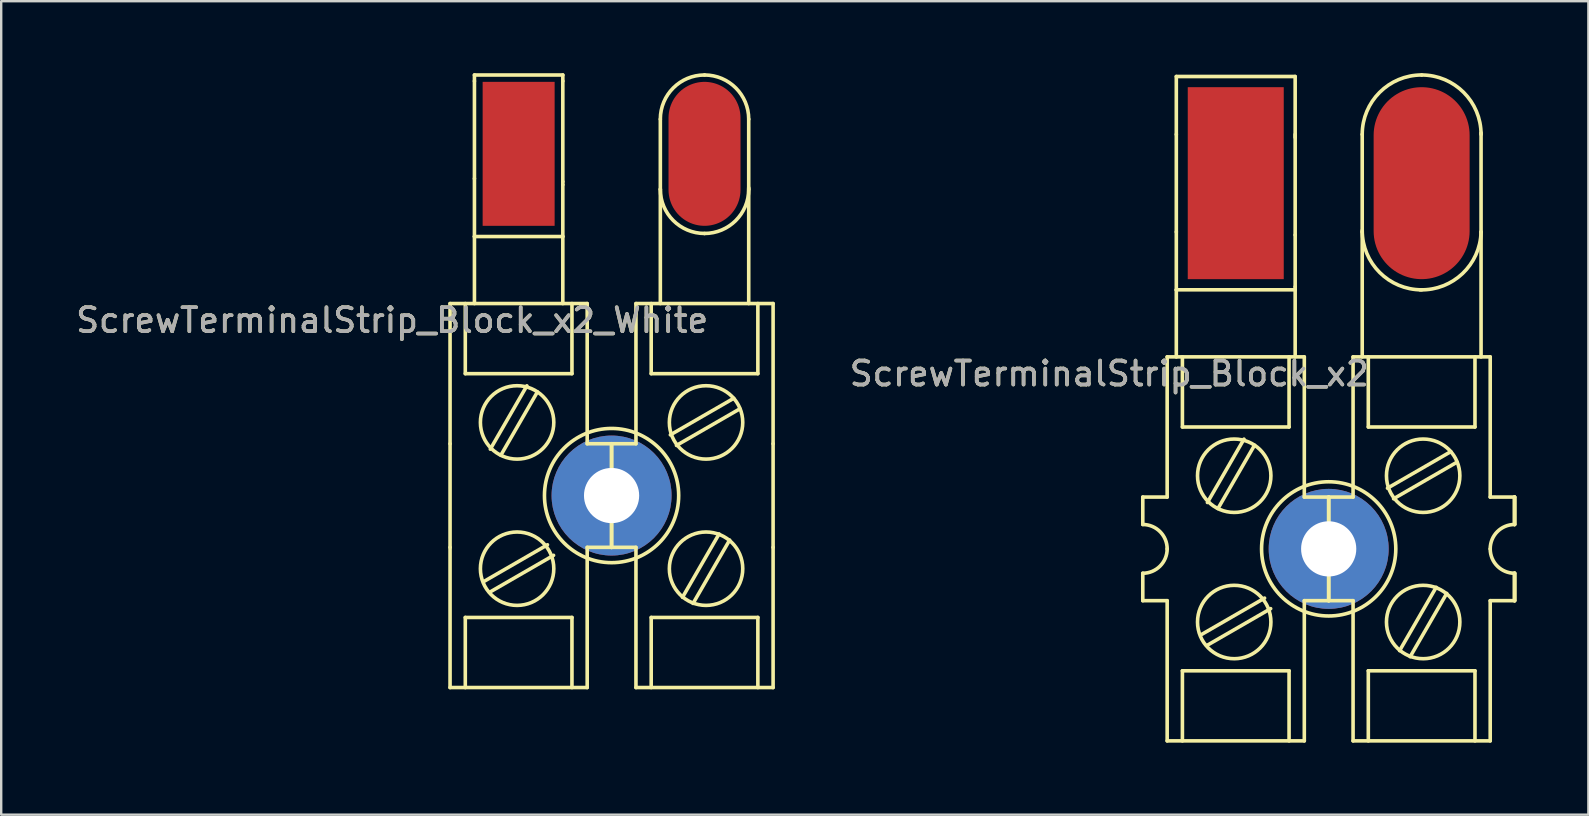
<source format=kicad_pcb>
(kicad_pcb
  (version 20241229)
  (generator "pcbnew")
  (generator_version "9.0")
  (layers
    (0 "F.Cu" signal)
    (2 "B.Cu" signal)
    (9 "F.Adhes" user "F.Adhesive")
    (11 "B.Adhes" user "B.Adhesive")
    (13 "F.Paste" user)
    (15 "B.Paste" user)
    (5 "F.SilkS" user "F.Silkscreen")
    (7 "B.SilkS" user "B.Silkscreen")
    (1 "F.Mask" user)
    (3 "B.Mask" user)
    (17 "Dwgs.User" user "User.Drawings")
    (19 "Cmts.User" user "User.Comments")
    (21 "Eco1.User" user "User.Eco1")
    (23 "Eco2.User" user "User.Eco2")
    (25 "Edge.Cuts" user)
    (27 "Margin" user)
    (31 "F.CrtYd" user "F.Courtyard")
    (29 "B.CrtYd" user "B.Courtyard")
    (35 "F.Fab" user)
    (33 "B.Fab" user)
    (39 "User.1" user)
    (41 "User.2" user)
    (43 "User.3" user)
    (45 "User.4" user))
  (footprint "ScrewTerminalStrip_Block_x2_White"
    (layer "F.Cu")
    (at 22.436 17.601)
    (property "Reference" "ScrewTerminalStrip_Block_x2_White" (at -9.144 -7.303 180) (layer "F.SilkS") (effects (font (size 1 1) (thickness 0.15))))
    (attr through_hole)
    (fp_line (start -6.731 -8.001) (end -1.016 -8.001) (stroke (width 0.15) (type solid)) (layer "F.SilkS"))
    (fp_line (start -6.731 -2.159) (end -6.731 -8.001) (stroke (width 0.15) (type solid)) (layer "F.SilkS"))
    (fp_line (start -6.731 -2.159) (end -6.731 2.159) (stroke (width 0.15) (type solid)) (layer "F.SilkS"))
    (fp_line (start -6.731 2.159) (end -6.731 8.001) (stroke (width 0.15) (type solid)) (layer "F.SilkS"))
    (fp_line (start -6.731 8.001) (end -1.016 8.001) (stroke (width 0.15) (type solid)) (layer "F.SilkS"))
    (fp_line (start -6.096 -8.001) (end -6.096 -5.08) (stroke (width 0.15) (type solid)) (layer "F.SilkS"))
    (fp_line (start -6.096 -5.08) (end -1.651 -5.08) (stroke (width 0.15) (type solid)) (layer "F.SilkS"))
    (fp_line (start -6.096 5.08) (end -6.096 8.001) (stroke (width 0.15) (type solid)) (layer "F.SilkS"))
    (fp_line (start -5.715 -17.526) (end -2.032 -17.526) (stroke (width 0.15) (type solid)) (layer "F.SilkS"))
    (fp_line (start -5.715 -17.272) (end -5.715 -17.526) (stroke (width 0.15) (type solid)) (layer "F.SilkS"))
    (fp_line (start -5.715 -17.272) (end -5.715 -13.208) (stroke (width 0.15) (type solid)) (layer "F.SilkS"))
    (fp_line (start -5.715 -10.795) (end -5.715 -13.208) (stroke (width 0.15) (type solid)) (layer "F.SilkS"))
    (fp_line (start -5.715 -10.795) (end -5.715 -8.001) (stroke (width 0.15) (type solid)) (layer "F.SilkS"))
    (fp_line (start -5.715 -10.795) (end -2.032 -10.795) (stroke (width 0.15) (type solid)) (layer "F.SilkS"))
    (fp_line (start -5.312 3.575) (end -2.672 2.051) (stroke (width 0.15) (type solid)) (layer "F.SilkS"))
    (fp_line (start -5.058 4.015) (end -2.418 2.491) (stroke (width 0.15) (type solid)) (layer "F.SilkS"))
    (fp_line (start -5.054 -1.933) (end -3.53 -4.573) (stroke (width 0.15) (type solid)) (layer "F.SilkS"))
    (fp_line (start -4.615 -1.679) (end -3.091 -4.319) (stroke (width 0.15) (type solid)) (layer "F.SilkS"))
    (fp_line (start -2.032 -17.526) (end -2.032 -17.272) (stroke (width 0.15) (type solid)) (layer "F.SilkS"))
    (fp_line (start -2.032 -17.272) (end -2.032 -13.081) (stroke (width 0.15) (type solid)) (layer "F.SilkS"))
    (fp_line (start -2.032 -13.081) (end -2.032 -12.954) (stroke (width 0.15) (type solid)) (layer "F.SilkS"))
    (fp_line (start -2.032 -12.954) (end -2.032 -10.795) (stroke (width 0.15) (type solid)) (layer "F.SilkS"))
    (fp_line (start -2.032 -10.795) (end -2.032 -8.001) (stroke (width 0.15) (type solid)) (layer "F.SilkS"))
    (fp_line (start -1.651 -5.08) (end -1.651 -8.001) (stroke (width 0.15) (type solid)) (layer "F.SilkS"))
    (fp_line (start -1.651 5.08) (end -6.096 5.08) (stroke (width 0.15) (type solid)) (layer "F.SilkS"))
    (fp_line (start -1.651 8.001) (end -1.651 5.08) (stroke (width 0.15) (type solid)) (layer "F.SilkS"))
    (fp_line (start -1.016 -2.159) (end -1.016 -8.001) (stroke (width 0.15) (type solid)) (layer "F.SilkS"))
    (fp_line (start -1.016 -2.159) (end 0 -2.159) (stroke (width 0.15) (type solid)) (layer "F.SilkS"))
    (fp_line (start -1.016 2.159) (end 0 2.159) (stroke (width 0.15) (type solid)) (layer "F.SilkS"))
    (fp_line (start -1.016 8.001) (end -1.016 2.159) (stroke (width 0.15) (type solid)) (layer "F.SilkS"))
    (fp_line (start 0 -2.159) (end 0 -1.016) (stroke (width 0.15) (type solid)) (layer "F.SilkS"))
    (fp_line (start 0 -2.159) (end 0 -1.016) (stroke (width 0.15) (type solid)) (layer "F.SilkS"))
    (fp_line (start 0 1.016) (end 0 2.159) (stroke (width 0.15) (type solid)) (layer "F.SilkS"))
    (fp_line (start 0 1.016) (end 0 2.159) (stroke (width 0.15) (type solid)) (layer "F.SilkS"))
    (fp_line (start 1.016 -8.001) (end 6.731 -8.001) (stroke (width 0.15) (type solid)) (layer "F.SilkS"))
    (fp_line (start 1.016 -2.159) (end 0 -2.159) (stroke (width 0.15) (type solid)) (layer "F.SilkS"))
    (fp_line (start 1.016 -2.159) (end 1.016 -8.001) (stroke (width 0.15) (type solid)) (layer "F.SilkS"))
    (fp_line (start 1.016 2.159) (end 0 2.159) (stroke (width 0.15) (type solid)) (layer "F.SilkS"))
    (fp_line (start 1.016 2.159) (end 1.016 8.001) (stroke (width 0.15) (type solid)) (layer "F.SilkS"))
    (fp_line (start 1.016 8.001) (end 6.731 8.001) (stroke (width 0.15) (type solid)) (layer "F.SilkS"))
    (fp_line (start 1.651 -8.001) (end 1.651 -5.08) (stroke (width 0.15) (type solid)) (layer "F.SilkS"))
    (fp_line (start 1.651 -5.08) (end 6.096 -5.08) (stroke (width 0.15) (type solid)) (layer "F.SilkS"))
    (fp_line (start 1.651 5.08) (end 1.651 8.001) (stroke (width 0.15) (type solid)) (layer "F.SilkS"))
    (fp_line (start 2.032 -15.684) (end 2.032 -12.764) (stroke (width 0.15) (type solid)) (layer "F.SilkS"))
    (fp_line (start 2.032 -12.764) (end 2.032 -8.001) (stroke (width 0.15) (type solid)) (layer "F.SilkS"))
    (fp_line (start 2.45 -2.529) (end 5.09 -4.053) (stroke (width 0.15) (type solid)) (layer "F.SilkS"))
    (fp_line (start 2.704 -2.089) (end 5.344 -3.613) (stroke (width 0.15) (type solid)) (layer "F.SilkS"))
    (fp_line (start 2.955 4.241) (end 4.479 1.601) (stroke (width 0.15) (type solid)) (layer "F.SilkS"))
    (fp_line (start 3.395 4.495) (end 4.919 1.855) (stroke (width 0.15) (type solid)) (layer "F.SilkS"))
    (fp_line (start 5.715 -15.684) (end 5.715 -12.764) (stroke (width 0.15) (type solid)) (layer "F.SilkS"))
    (fp_line (start 5.715 -12.827) (end 5.715 -8.001) (stroke (width 0.15) (type solid)) (layer "F.SilkS"))
    (fp_line (start 6.096 -5.08) (end 6.096 -8.001) (stroke (width 0.15) (type solid)) (layer "F.SilkS"))
    (fp_line (start 6.096 5.08) (end 1.651 5.08) (stroke (width 0.15) (type solid)) (layer "F.SilkS"))
    (fp_line (start 6.096 8.001) (end 6.096 5.08) (stroke (width 0.15) (type solid)) (layer "F.SilkS"))
    (fp_line (start 6.731 -2.159) (end 6.731 -8.001) (stroke (width 0.15) (type solid)) (layer "F.SilkS"))
    (fp_line (start 6.731 2.159) (end 6.731 -2.159) (stroke (width 0.15) (type solid)) (layer "F.SilkS"))
    (fp_line (start 6.731 8.001) (end 6.731 2.159) (stroke (width 0.15) (type solid)) (layer "F.SilkS"))
    (fp_arc (start -1.016 0) (mid -0.71842 -0.71842) (end 0 -1.016) (stroke (width 0.15) (type solid)) (layer "F.SilkS"))
    (fp_arc (start 0 -1.016) (mid 0.71842 -0.71842) (end 1.016 0) (stroke (width 0.15) (type solid)) (layer "F.SilkS"))
    (fp_arc (start 0 1.016) (mid -0.71842 0.71842) (end -1.016 0) (stroke (width 0.15) (type solid)) (layer "F.SilkS"))
    (fp_arc (start 1.016 0) (mid 0.71842 0.71842) (end 0 1.016) (stroke (width 0.15) (type solid)) (layer "F.SilkS"))
    (fp_arc (start 2.032 -15.6845) (mid 2.571363 -16.986637) (end 3.8735 -17.526) (stroke (width 0.15) (type solid)) (layer "F.SilkS"))
    (fp_arc (start 3.8735 -17.526) (mid 5.175637 -16.986637) (end 5.715 -15.6845) (stroke (width 0.15) (type solid)) (layer "F.SilkS"))
    (fp_arc (start 3.8735 -10.922) (mid 2.571363 -11.461363) (end 2.032 -12.7635) (stroke (width 0.15) (type solid)) (layer "F.SilkS"))
    (fp_arc (start 5.715 -12.7635) (mid 5.175637 -11.461363) (end 3.8735 -10.922) (stroke (width 0.15) (type solid)) (layer "F.SilkS"))
    (fp_circle (center -3.937 -3.048) (end -2.413 -3.175) (stroke (width 0.15) (type solid)) (fill no) (layer "F.SilkS"))
    (fp_circle (center -3.937 3.048) (end -2.413 2.921) (stroke (width 0.15) (type solid)) (fill no) (layer "F.SilkS"))
    (fp_circle (center 0 0) (end 2.794 -0.127) (stroke (width 0.15) (type solid)) (fill no) (layer "F.SilkS"))
    (fp_circle (center 3.937 -3.048) (end 5.461 -3.175) (stroke (width 0.15) (type solid)) (fill no) (layer "F.SilkS"))
    (fp_circle (center 3.937 3.048) (end 5.461 2.921) (stroke (width 0.15) (type solid)) (fill no) (layer "F.SilkS"))
    (fp_text user "${REFERENCE}" (at -9.144 -7.303 0) (layer "F.Fab") (effects (font (size 1 1) (thickness 0.15))))
    (pad "1" smd rect (at -3.873 -14.24) (size 3 6) (layers "F.Cu" "F.Mask" "F.Paste"))
    (pad "2" smd oval (at 3.873 -14.24) (size 3 6) (layers "F.Cu" "F.Mask" "F.Paste"))
    (pad "101" thru_hole circle (at 0 0) (size 5 5) (drill 2.3) (layers "*.Cu" "*.Mask"))
    (pad "102" thru_hole circle (at 0 0) (size 1 1) (drill 0.3) (layers "*.Cu" "*.Mask")))
  (footprint "ScrewTerminalStrip_Block_x2"
    (layer "F.Cu")
    (at 52.32 19.823)
    (property "Reference" "ScrewTerminalStrip_Block_x2" (at -9.144 -7.303 180) (layer "F.SilkS") (effects (font (size 1 1) (thickness 0.15))))
    (attr through_hole)
    (fp_line (start -7.747 -2.159) (end -7.747 -1.016) (stroke (width 0.15) (type solid)) (layer "F.SilkS"))
    (fp_line (start -7.747 1.016) (end -7.747 2.159) (stroke (width 0.15) (type solid)) (layer "F.SilkS"))
    (fp_line (start -6.731 -8.001) (end -1.016 -8.001) (stroke (width 0.15) (type solid)) (layer "F.SilkS"))
    (fp_line (start -6.731 -2.159) (end -7.747 -2.159) (stroke (width 0.15) (type solid)) (layer "F.SilkS"))
    (fp_line (start -6.731 -2.159) (end -6.731 -8.001) (stroke (width 0.15) (type solid)) (layer "F.SilkS"))
    (fp_line (start -6.731 2.159) (end -7.747 2.159) (stroke (width 0.15) (type solid)) (layer "F.SilkS"))
    (fp_line (start -6.731 2.159) (end -6.731 8.001) (stroke (width 0.15) (type solid)) (layer "F.SilkS"))
    (fp_line (start -6.731 8.001) (end -1.016 8.001) (stroke (width 0.15) (type solid)) (layer "F.SilkS"))
    (fp_line (start -6.35 -19.685) (end -6.35 -17.272) (stroke (width 0.15) (type solid)) (layer "F.SilkS"))
    (fp_line (start -6.35 -17.272) (end -6.35 -13.208) (stroke (width 0.15) (type solid)) (layer "F.SilkS"))
    (fp_line (start -6.35 -10.795) (end -6.35 -13.208) (stroke (width 0.15) (type solid)) (layer "F.SilkS"))
    (fp_line (start -6.35 -10.795) (end -6.35 -8.001) (stroke (width 0.15) (type solid)) (layer "F.SilkS"))
    (fp_line (start -6.096 -8.001) (end -6.096 -5.08) (stroke (width 0.15) (type solid)) (layer "F.SilkS"))
    (fp_line (start -6.096 -5.08) (end -1.651 -5.08) (stroke (width 0.15) (type solid)) (layer "F.SilkS"))
    (fp_line (start -6.096 5.08) (end -6.096 8.001) (stroke (width 0.15) (type solid)) (layer "F.SilkS"))
    (fp_line (start -5.312 3.575) (end -2.672 2.051) (stroke (width 0.15) (type solid)) (layer "F.SilkS"))
    (fp_line (start -5.058 4.015) (end -2.418 2.491) (stroke (width 0.15) (type solid)) (layer "F.SilkS"))
    (fp_line (start -5.054 -1.933) (end -3.53 -4.573) (stroke (width 0.15) (type solid)) (layer "F.SilkS"))
    (fp_line (start -4.615 -1.679) (end -3.091 -4.319) (stroke (width 0.15) (type solid)) (layer "F.SilkS"))
    (fp_line (start -1.651 -5.08) (end -1.651 -8.001) (stroke (width 0.15) (type solid)) (layer "F.SilkS"))
    (fp_line (start -1.651 5.08) (end -6.096 5.08) (stroke (width 0.15) (type solid)) (layer "F.SilkS"))
    (fp_line (start -1.651 8.001) (end -1.651 5.08) (stroke (width 0.15) (type solid)) (layer "F.SilkS"))
    (fp_line (start -1.397 -19.685) (end -6.35 -19.685) (stroke (width 0.15) (type solid)) (layer "F.SilkS"))
    (fp_line (start -1.397 -17.272) (end -1.397 -13.081) (stroke (width 0.15) (type solid)) (layer "F.SilkS"))
    (fp_line (start -1.397 -17.145) (end -1.397 -19.685) (stroke (width 0.15) (type solid)) (layer "F.SilkS"))
    (fp_line (start -1.397 -13.081) (end -1.397 -10.922) (stroke (width 0.15) (type solid)) (layer "F.SilkS"))
    (fp_line (start -1.397 -10.922) (end -1.397 -10.795) (stroke (width 0.15) (type solid)) (layer "F.SilkS"))
    (fp_line (start -1.397 -10.795) (end -6.35 -10.795) (stroke (width 0.15) (type solid)) (layer "F.SilkS"))
    (fp_line (start -1.397 -10.795) (end -1.397 -8.001) (stroke (width 0.15) (type solid)) (layer "F.SilkS"))
    (fp_line (start -1.016 -2.159) (end -1.016 -8.001) (stroke (width 0.15) (type solid)) (layer "F.SilkS"))
    (fp_line (start -1.016 -2.159) (end 0 -2.159) (stroke (width 0.15) (type solid)) (layer "F.SilkS"))
    (fp_line (start -1.016 2.159) (end 0 2.159) (stroke (width 0.15) (type solid)) (layer "F.SilkS"))
    (fp_line (start -1.016 8.001) (end -1.016 2.159) (stroke (width 0.15) (type solid)) (layer "F.SilkS"))
    (fp_line (start 0 -2.159) (end 0 -1.016) (stroke (width 0.15) (type solid)) (layer "F.SilkS"))
    (fp_line (start 0 -2.159) (end 0 -1.016) (stroke (width 0.15) (type solid)) (layer "F.SilkS"))
    (fp_line (start 0 1.016) (end 0 2.159) (stroke (width 0.15) (type solid)) (layer "F.SilkS"))
    (fp_line (start 0 1.016) (end 0 2.159) (stroke (width 0.15) (type solid)) (layer "F.SilkS"))
    (fp_line (start 1.016 -8.001) (end 6.731 -8.001) (stroke (width 0.15) (type solid)) (layer "F.SilkS"))
    (fp_line (start 1.016 -2.159) (end 0 -2.159) (stroke (width 0.15) (type solid)) (layer "F.SilkS"))
    (fp_line (start 1.016 -2.159) (end 1.016 -8.001) (stroke (width 0.15) (type solid)) (layer "F.SilkS"))
    (fp_line (start 1.016 2.159) (end 0 2.159) (stroke (width 0.15) (type solid)) (layer "F.SilkS"))
    (fp_line (start 1.016 2.159) (end 1.016 8.001) (stroke (width 0.15) (type solid)) (layer "F.SilkS"))
    (fp_line (start 1.016 8.001) (end 6.731 8.001) (stroke (width 0.15) (type solid)) (layer "F.SilkS"))
    (fp_line (start 1.397 -17.272) (end 1.397 -13.208) (stroke (width 0.15) (type solid)) (layer "F.SilkS"))
    (fp_line (start 1.397 -13.208) (end 1.397 -8.001) (stroke (width 0.15) (type solid)) (layer "F.SilkS"))
    (fp_line (start 1.651 -8.001) (end 1.651 -5.08) (stroke (width 0.15) (type solid)) (layer "F.SilkS"))
    (fp_line (start 1.651 -5.08) (end 6.096 -5.08) (stroke (width 0.15) (type solid)) (layer "F.SilkS"))
    (fp_line (start 1.651 5.08) (end 1.651 8.001) (stroke (width 0.15) (type solid)) (layer "F.SilkS"))
    (fp_line (start 2.45 -2.529) (end 5.09 -4.053) (stroke (width 0.15) (type solid)) (layer "F.SilkS"))
    (fp_line (start 2.704 -2.089) (end 5.344 -3.613) (stroke (width 0.15) (type solid)) (layer "F.SilkS"))
    (fp_line (start 2.955 4.241) (end 4.479 1.601) (stroke (width 0.15) (type solid)) (layer "F.SilkS"))
    (fp_line (start 3.395 4.495) (end 4.919 1.855) (stroke (width 0.15) (type solid)) (layer "F.SilkS"))
    (fp_line (start 6.096 -5.08) (end 6.096 -8.001) (stroke (width 0.15) (type solid)) (layer "F.SilkS"))
    (fp_line (start 6.096 5.08) (end 1.651 5.08) (stroke (width 0.15) (type solid)) (layer "F.SilkS"))
    (fp_line (start 6.096 8.001) (end 6.096 5.08) (stroke (width 0.15) (type solid)) (layer "F.SilkS"))
    (fp_line (start 6.35 -17.335) (end 6.35 -13.208) (stroke (width 0.15) (type solid)) (layer "F.SilkS"))
    (fp_line (start 6.35 -13.208) (end 6.35 -8.001) (stroke (width 0.15) (type solid)) (layer "F.SilkS"))
    (fp_line (start 6.731 -2.159) (end 6.731 -8.001) (stroke (width 0.15) (type solid)) (layer "F.SilkS"))
    (fp_line (start 6.731 -2.159) (end 7.747 -2.159) (stroke (width 0.15) (type solid)) (layer "F.SilkS"))
    (fp_line (start 6.731 2.159) (end 7.747 2.159) (stroke (width 0.15) (type solid)) (layer "F.SilkS"))
    (fp_line (start 6.731 8.001) (end 6.731 2.159) (stroke (width 0.15) (type solid)) (layer "F.SilkS"))
    (fp_line (start 7.747 -2.159) (end 7.747 -1.016) (stroke (width 0.15) (type solid)) (layer "F.SilkS"))
    (fp_line (start 7.747 -2.159) (end 7.747 -1.016) (stroke (width 0.15) (type solid)) (layer "F.SilkS"))
    (fp_line (start 7.747 -2.159) (end 7.747 -1.016) (stroke (width 0.15) (type solid)) (layer "F.SilkS"))
    (fp_line (start 7.747 1.016) (end 7.747 2.159) (stroke (width 0.15) (type solid)) (layer "F.SilkS"))
    (fp_line (start 7.747 1.016) (end 7.747 2.159) (stroke (width 0.15) (type solid)) (layer "F.SilkS"))
    (fp_line (start 7.747 1.016) (end 7.747 2.159) (stroke (width 0.15) (type solid)) (layer "F.SilkS"))
    (fp_arc (start -7.747 -1.016) (mid -7.02858 -0.71842) (end -6.731 0) (stroke (width 0.15) (type solid)) (layer "F.SilkS"))
    (fp_arc (start -6.731 0) (mid -7.02858 0.71842) (end -7.747 1.016) (stroke (width 0.15) (type solid)) (layer "F.SilkS"))
    (fp_arc (start -1.016 0) (mid -0.71842 -0.71842) (end 0 -1.016) (stroke (width 0.15) (type solid)) (layer "F.SilkS"))
    (fp_arc (start 0 -1.016) (mid 0.71842 -0.71842) (end 1.016 0) (stroke (width 0.15) (type solid)) (layer "F.SilkS"))
    (fp_arc (start 0 1.016) (mid -0.71842 0.71842) (end -1.016 0) (stroke (width 0.15) (type solid)) (layer "F.SilkS"))
    (fp_arc (start 1.016 0) (mid 0.71842 0.71842) (end 0 1.016) (stroke (width 0.15) (type solid)) (layer "F.SilkS"))
    (fp_arc (start 1.397 -17.272) (mid 2.12235 -19.02315) (end 3.8735 -19.7485) (stroke (width 0.15) (type solid)) (layer "F.SilkS"))
    (fp_arc (start 3.8735 -19.7485) (mid 5.62465 -19.02315) (end 6.35 -17.272) (stroke (width 0.15) (type solid)) (layer "F.SilkS"))
    (fp_arc (start 3.8735 -10.795) (mid 2.12235 -11.52035) (end 1.397 -13.2715) (stroke (width 0.15) (type solid)) (layer "F.SilkS"))
    (fp_arc (start 6.35 -13.208) (mid 5.579749 -11.475449) (end 3.81 -10.795) (stroke (width 0.15) (type solid)) (layer "F.SilkS"))
    (fp_arc (start 6.731 0) (mid 7.02858 -0.71842) (end 7.747 -1.016) (stroke (width 0.15) (type solid)) (layer "F.SilkS"))
    (fp_arc (start 7.747 1.016) (mid 7.02858 0.71842) (end 6.731 0) (stroke (width 0.15) (type solid)) (layer "F.SilkS"))
    (fp_circle (center -3.937 -3.048) (end -2.413 -3.175) (stroke (width 0.15) (type solid)) (fill no) (layer "F.SilkS"))
    (fp_circle (center -3.937 3.048) (end -2.413 2.921) (stroke (width 0.15) (type solid)) (fill no) (layer "F.SilkS"))
    (fp_circle (center 0 0) (end 2.794 -0.127) (stroke (width 0.15) (type solid)) (fill no) (layer "F.SilkS"))
    (fp_circle (center 3.937 -3.048) (end 5.461 -3.175) (stroke (width 0.15) (type solid)) (fill no) (layer "F.SilkS"))
    (fp_circle (center 3.937 3.048) (end 5.461 2.921) (stroke (width 0.15) (type solid)) (fill no) (layer "F.SilkS"))
    (fp_text user "${REFERENCE}" (at -9.144 -7.303 0) (layer "F.Fab") (effects (font (size 1 1) (thickness 0.15))))
    (pad "1" smd rect (at -3.873 -15.24) (size 4 8) (layers "F.Cu" "F.Mask" "F.Paste"))
    (pad "2" smd oval (at 3.873 -15.24) (size 4 8) (layers "F.Cu" "F.Mask" "F.Paste"))
    (pad "101" thru_hole circle (at 0 0) (size 5 5) (drill 2.3) (layers "*.Cu" "*.Mask"))
    (pad "102" thru_hole circle (at 0 0) (size 1 1) (drill 0.3) (layers "*.Cu" "*.Mask")))
  (gr_rect
    (start -3 -3)
    (end 63.142 30.899)
    (stroke (width 0.1) (type default))
    (fill no)
    (layer "Edge.Cuts")))
</source>
